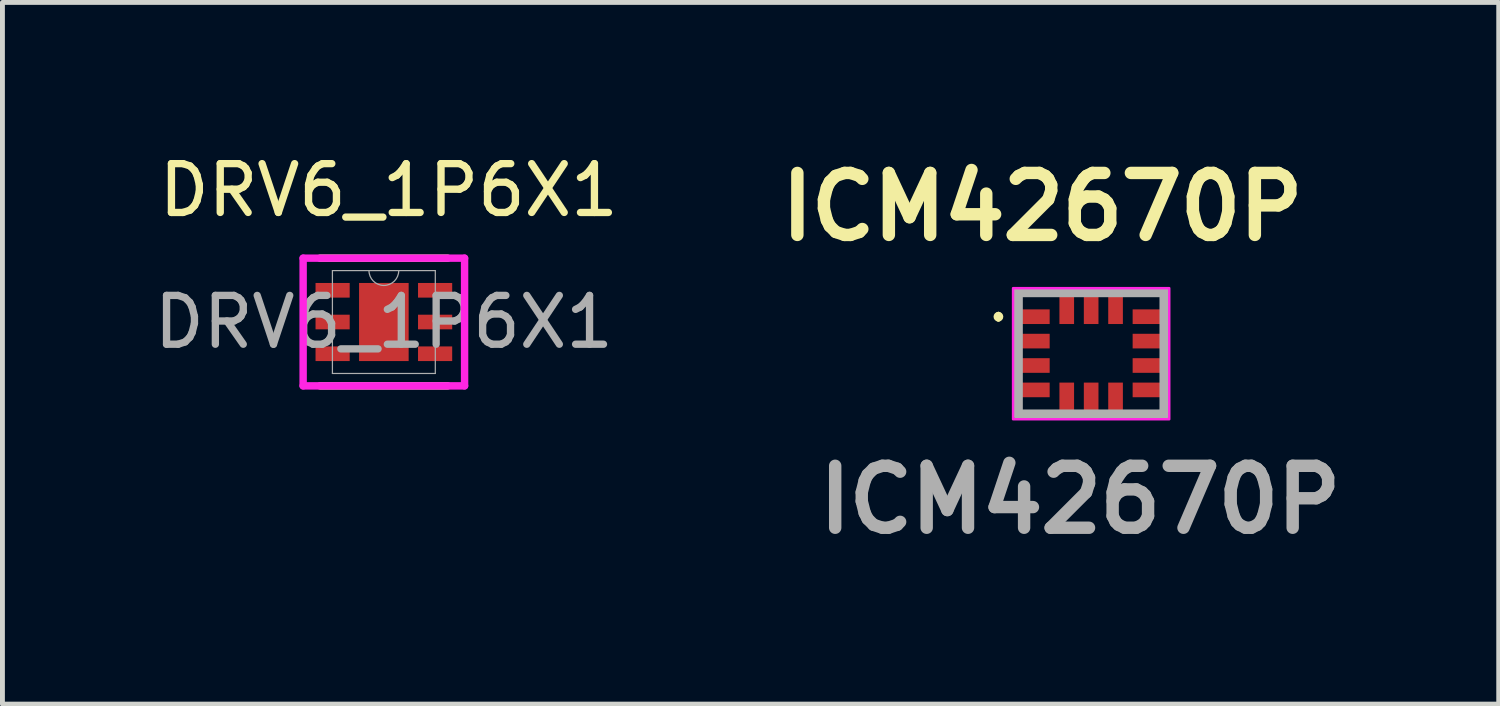
<source format=kicad_pcb>
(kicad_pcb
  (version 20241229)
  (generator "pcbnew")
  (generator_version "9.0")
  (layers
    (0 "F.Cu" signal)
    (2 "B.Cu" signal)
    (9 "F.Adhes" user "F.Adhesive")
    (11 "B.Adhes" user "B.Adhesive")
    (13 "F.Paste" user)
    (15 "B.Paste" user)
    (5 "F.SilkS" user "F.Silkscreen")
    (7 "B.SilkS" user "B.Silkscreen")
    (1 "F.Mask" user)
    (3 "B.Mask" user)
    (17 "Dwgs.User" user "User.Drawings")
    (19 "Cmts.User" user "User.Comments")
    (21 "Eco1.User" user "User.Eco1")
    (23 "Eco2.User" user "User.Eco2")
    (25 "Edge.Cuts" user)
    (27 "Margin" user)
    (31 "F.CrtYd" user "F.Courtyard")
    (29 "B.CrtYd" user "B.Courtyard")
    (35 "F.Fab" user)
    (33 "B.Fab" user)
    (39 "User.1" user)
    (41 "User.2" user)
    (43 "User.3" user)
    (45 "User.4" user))
  (footprint "ICM42670P"
    (layer "F.Cu")
    (at 19.307 4.189)
    (property "Reference" "ICM42670P" (at -1 -3 0) (layer "F.SilkS") (effects (font (size 1.27 1.27) (thickness 0.254))))
    (attr smd)
    (fp_line (start -1.9 -0.8) (end -1.9 -0.8) (stroke (width 0.1) (type solid)) (layer "F.SilkS"))
    (fp_line (start -1.9 -0.7) (end -1.9 -0.7) (stroke (width 0.1) (type solid)) (layer "F.SilkS"))
    (fp_line (start -1.5 -1.25) (end -0.8 -1.25) (stroke (width 0.1) (type solid)) (layer "F.SilkS"))
    (fp_line (start -1.5 -1) (end -1.5 -1.25) (stroke (width 0.1) (type solid)) (layer "F.SilkS"))
    (fp_line (start -1.5 1.1) (end -1.5 1.25) (stroke (width 0.1) (type solid)) (layer "F.SilkS"))
    (fp_line (start -1.5 1.25) (end -0.8 1.25) (stroke (width 0.1) (type solid)) (layer "F.SilkS"))
    (fp_line (start 0.8 -1.25) (end 1.5 -1.25) (stroke (width 0.1) (type solid)) (layer "F.SilkS"))
    (fp_line (start 0.8 1.25) (end 1.5 1.25) (stroke (width 0.1) (type solid)) (layer "F.SilkS"))
    (fp_line (start 1.5 -1.25) (end 1.5 -1) (stroke (width 0.1) (type solid)) (layer "F.SilkS"))
    (fp_line (start 1.5 1.25) (end 1.5 1) (stroke (width 0.1) (type solid)) (layer "F.SilkS"))
    (fp_arc (start -1.9 -0.8) (mid -1.85 -0.75) (end -1.9 -0.7) (stroke (width 0.1) (type solid)) (layer "F.SilkS"))
    (fp_arc (start -1.9 -0.7) (mid -1.95 -0.75) (end -1.9 -0.8) (stroke (width 0.1) (type solid)) (layer "F.SilkS"))
    (fp_rect (start -1.6 -1.335) (end 1.6 1.351) (stroke (width 0.05) (type default)) (fill no) (layer "F.CrtYd"))
    (fp_line (start -1.5 -1.25) (end 1.5 -1.25) (stroke (width 0.2) (type solid)) (layer "F.Fab"))
    (fp_line (start -1.5 1.25) (end -1.5 -1.25) (stroke (width 0.2) (type solid)) (layer "F.Fab"))
    (fp_line (start 1.5 -1.25) (end 1.5 1.25) (stroke (width 0.2) (type solid)) (layer "F.Fab"))
    (fp_line (start 1.5 1.25) (end -1.5 1.25) (stroke (width 0.2) (type solid)) (layer "F.Fab"))
    (fp_text user "${REFERENCE}" (at -0.225 3 0) (layer "F.Fab") (effects (font (size 1.27 1.27) (thickness 0.254))))
    (pad "1" smd rect (at -1.15 -0.75 90) (size 0.3 0.6) (layers "F.Cu" "F.Mask" "F.Paste"))
    (pad "2" smd rect (at -1.15 -0.25 90) (size 0.3 0.6) (layers "F.Cu" "F.Mask" "F.Paste"))
    (pad "3" smd rect (at -1.15 0.25 90) (size 0.3 0.6) (layers "F.Cu" "F.Mask" "F.Paste"))
    (pad "4" smd rect (at -1.15 0.75 90) (size 0.3 0.6) (layers "F.Cu" "F.Mask" "F.Paste"))
    (pad "5" smd rect (at -0.5 0.9) (size 0.3 0.6) (layers "F.Cu" "F.Mask" "F.Paste"))
    (pad "6" smd rect (at 0 0.9) (size 0.3 0.6) (layers "F.Cu" "F.Mask" "F.Paste"))
    (pad "7" smd rect (at 0.5 0.9) (size 0.3 0.6) (layers "F.Cu" "F.Mask" "F.Paste"))
    (pad "8" smd rect (at 1.15 0.75 90) (size 0.3 0.6) (layers "F.Cu" "F.Mask" "F.Paste"))
    (pad "9" smd rect (at 1.15 0.25 90) (size 0.3 0.6) (layers "F.Cu" "F.Mask" "F.Paste"))
    (pad "10" smd rect (at 1.15 -0.25 90) (size 0.3 0.6) (layers "F.Cu" "F.Mask" "F.Paste"))
    (pad "11" smd rect (at 1.15 -0.75 90) (size 0.3 0.6) (layers "F.Cu" "F.Mask" "F.Paste"))
    (pad "12" smd rect (at 0.5 -0.9) (size 0.3 0.6) (layers "F.Cu" "F.Mask" "F.Paste"))
    (pad "13" smd rect (at 0 -0.9) (size 0.3 0.6) (layers "F.Cu" "F.Mask" "F.Paste"))
    (pad "14" smd rect (at -0.5 -0.9) (size 0.3 0.6) (layers "F.Cu" "F.Mask" "F.Paste")))
  (footprint "DRV6_1P6X1"
    (layer "F.Cu")
    (at 4.815 3.548)
    (property "Reference" "DRV6_1P6X1" (at 0.1 -2.7 0) (unlocked yes) (layer "F.SilkS") (effects (font (size 1 1) (thickness 0.15))))
    (attr smd)
    (fp_poly (pts (xy -1.47 -0.87) (xy -1.47 -0.43) (xy -0.63 -0.43) (xy -0.63 -0.87)) (stroke (width 0) (type solid)) (fill yes) (layer "F.Mask"))
    (fp_poly (pts (xy -1.47 -0.22) (xy -1.47 0.22) (xy -0.63 0.22) (xy -0.63 -0.22)) (stroke (width 0) (type solid)) (fill yes) (layer "F.Mask"))
    (fp_poly (pts (xy -1.47 0.43) (xy -1.47 0.87) (xy -0.63 0.87) (xy -0.63 0.43)) (stroke (width 0) (type solid)) (fill yes) (layer "F.Mask"))
    (fp_poly (pts (xy -0.572 -0.864) (xy -0.2 -0.864) (xy -0.2 0.864) (xy -0.572 0.864)) (stroke (width 0) (type solid)) (fill yes) (layer "F.Mask"))
    (fp_poly (pts (xy -0.572 -0.864) (xy 0.572 -0.864) (xy 0.572 -0.594) (xy -0.572 -0.594)) (stroke (width 0) (type solid)) (fill yes) (layer "F.Mask"))
    (fp_poly (pts (xy -0.572 -0.194) (xy 0.572 -0.194) (xy 0.572 0.194) (xy -0.572 0.194)) (stroke (width 0) (type solid)) (fill yes) (layer "F.Mask"))
    (fp_poly (pts (xy -0.572 0.594) (xy 0.572 0.594) (xy 0.572 0.864) (xy -0.572 0.864)) (stroke (width 0) (type solid)) (fill yes) (layer "F.Mask"))
    (fp_poly (pts (xy 0.2 -0.864) (xy 0.572 -0.864) (xy 0.572 0.864) (xy 0.2 0.864)) (stroke (width 0) (type solid)) (fill yes) (layer "F.Mask"))
    (fp_poly (pts (xy 0.63 -0.87) (xy 0.63 -0.43) (xy 1.47 -0.43) (xy 1.47 -0.87)) (stroke (width 0) (type solid)) (fill yes) (layer "F.Mask"))
    (fp_poly (pts (xy 0.63 -0.22) (xy 0.63 0.22) (xy 1.47 0.22) (xy 1.47 -0.22)) (stroke (width 0) (type solid)) (fill yes) (layer "F.Mask"))
    (fp_poly (pts (xy 0.63 0.43) (xy 0.63 0.87) (xy 1.47 0.87) (xy 1.47 0.43)) (stroke (width 0) (type solid)) (fill yes) (layer "F.Mask"))
    (fp_line (start -1.308 1.308) (end 1.308 1.308) (stroke (width 0.152) (type solid)) (layer "F.SilkS"))
    (fp_line (start 1.308 -1.308) (end -1.308 -1.308) (stroke (width 0.152) (type solid)) (layer "F.SilkS"))
    (fp_poly (pts (xy -1.375 -0.775) (xy -1.375 -0.525) (xy -0.725 -0.525) (xy -0.725 -0.775)) (stroke (width 0) (type solid)) (fill yes) (layer "F.Paste"))
    (fp_poly (pts (xy -1.375 -0.125) (xy -1.375 0.125) (xy -0.725 0.125) (xy -0.725 -0.125)) (stroke (width 0) (type solid)) (fill yes) (layer "F.Paste"))
    (fp_poly (pts (xy -1.375 0.525) (xy -1.375 0.775) (xy -0.725 0.775) (xy -0.725 0.525)) (stroke (width 0) (type solid)) (fill yes) (layer "F.Paste"))
    (fp_poly (pts (xy 0.725 -0.775) (xy 0.725 -0.525) (xy 1.375 -0.525) (xy 1.375 -0.775)) (stroke (width 0) (type solid)) (fill yes) (layer "F.Paste"))
    (fp_poly (pts (xy 0.725 -0.125) (xy 0.725 0.125) (xy 1.375 0.125) (xy 1.375 -0.125)) (stroke (width 0) (type solid)) (fill yes) (layer "F.Paste"))
    (fp_poly (pts (xy 0.725 0.525) (xy 0.725 0.775) (xy 1.375 0.775) (xy 1.375 0.525)) (stroke (width 0) (type solid)) (fill yes) (layer "F.Paste"))
    (fp_poly (pts (xy -0.433 -0.725) (xy -0.433 -0.494) (xy -0.241 -0.494) (xy -0.1 -0.635) (xy -0.1 -0.725)) (stroke (width 0) (type solid)) (fill yes) (layer "F.Paste"))
    (fp_poly (pts (xy -0.433 0.494) (xy -0.433 0.725) (xy -0.1 0.725) (xy -0.1 0.635) (xy -0.241 0.494)) (stroke (width 0) (type solid)) (fill yes) (layer "F.Paste"))
    (fp_poly (pts (xy 0.1 -0.725) (xy 0.1 -0.635) (xy 0.241 -0.494) (xy 0.433 -0.494) (xy 0.433 -0.725)) (stroke (width 0) (type solid)) (fill yes) (layer "F.Paste"))
    (fp_poly (pts (xy 0.241 0.494) (xy 0.1 0.635) (xy 0.1 0.725) (xy 0.433 0.725) (xy 0.433 0.494)) (stroke (width 0) (type solid)) (fill yes) (layer "F.Paste"))
    (fp_poly (pts (xy -0.433 -0.294) (xy -0.433 0.294) (xy -0.241 0.294) (xy -0.1 0.152) (xy -0.1 -0.152) (xy -0.241 -0.294)) (stroke (width 0) (type solid)) (fill yes) (layer "F.Paste"))
    (fp_poly (pts (xy 0.241 -0.294) (xy 0.1 -0.152) (xy 0.1 0.152) (xy 0.241 0.294) (xy 0.433 0.294) (xy 0.433 -0.294)) (stroke (width 0) (type solid)) (fill yes) (layer "F.Paste"))
    (fp_line (start -1.654 -1.308) (end 1.654 -1.308) (stroke (width 0.152) (type solid)) (layer "F.CrtYd"))
    (fp_line (start -1.654 1.308) (end -1.654 -1.308) (stroke (width 0.152) (type solid)) (layer "F.CrtYd"))
    (fp_line (start 1.654 -1.308) (end 1.654 1.308) (stroke (width 0.152) (type solid)) (layer "F.CrtYd"))
    (fp_line (start 1.654 1.308) (end -1.654 1.308) (stroke (width 0.152) (type solid)) (layer "F.CrtYd"))
    (fp_line (start -1.054 -1.054) (end -1.054 1.054) (stroke (width 0.025) (type solid)) (layer "F.Fab"))
    (fp_line (start -1.054 1.054) (end 1.054 1.054) (stroke (width 0.025) (type solid)) (layer "F.Fab"))
    (fp_line (start 1.054 -1.054) (end -1.054 -1.054) (stroke (width 0.025) (type solid)) (layer "F.Fab"))
    (fp_line (start 1.054 1.054) (end 1.054 -1.054) (stroke (width 0.025) (type solid)) (layer "F.Fab"))
    (fp_arc (start 0.3048 -1.0541) (mid 0 -0.7493) (end -0.3048 -1.0541) (stroke (width 0.0254) (type solid)) (layer "F.Fab"))
    (fp_text user "${REFERENCE}" (at 0 0 0) (unlocked yes) (layer "F.Fab") (effects (font (size 1 1) (thickness 0.15))))
    (pad "1" smd rect (at -1.05 -0.65) (size 0.7 0.3) (layers "F.Cu" "F.Mask"))
    (pad "2" smd rect (at -1.05 0) (size 0.7 0.3) (layers "F.Cu" "F.Mask"))
    (pad "3" smd rect (at -1.05 0.65) (size 0.7 0.3) (layers "F.Cu" "F.Mask"))
    (pad "4" smd rect (at 1.05 0.65) (size 0.7 0.3) (layers "F.Cu" "F.Mask"))
    (pad "5" smd rect (at 1.05 0) (size 0.7 0.3) (layers "F.Cu" "F.Mask"))
    (pad "6" smd rect (at 1.05 -0.65) (size 0.7 0.3) (layers "F.Cu" "F.Mask"))
    (pad "7" smd rect (at 0 0) (size 1.016 1.6) (layers "F.Cu")))
  (gr_rect
    (start -3 -3)
    (end 27.658 11.377)
    (stroke (width 0.1) (type default))
    (fill no)
    (layer "Edge.Cuts")))
</source>
